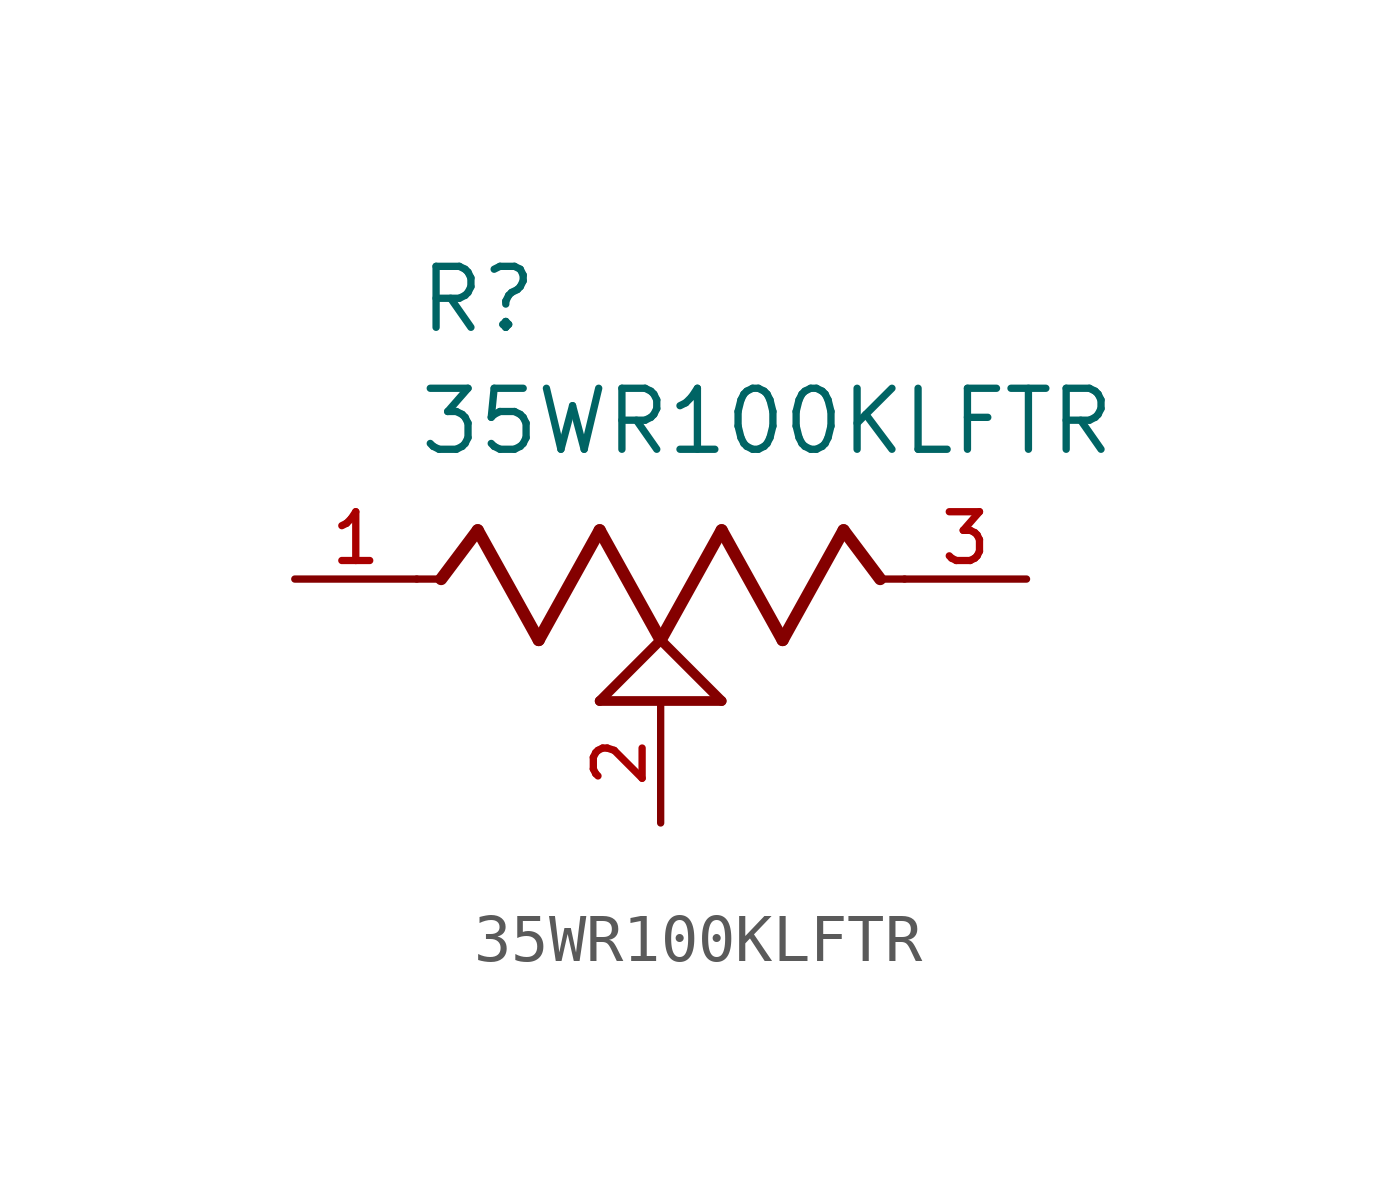
<source format=kicad_sym>
(kicad_symbol_lib
  (version 20211014)
  (generator kicad_symbol_editor)
  (symbol "35WR100KLFTR"
    (pin_names
      (offset 1.016))
    (property "Reference" "R"
      (at -5.08 5.08 0)
      (effects (font (size 1.27 1.27)) (justify bottom left)))
    (property "Value" "35WR100KLFTR"
      (at -5.08 2.54 0)
      (effects (font (size 1.27 1.27)) (justify bottom left)))
    (symbol "35WR100KLFTR_0_0"
      (polyline (pts (xy -5.08 0.0) (xy -4.572 0.0)) (stroke (width 0.152)))
      (polyline (pts (xy -4.572 0.0) (xy -3.81 1.016)) (stroke (width 0.254)))
      (polyline (pts (xy -3.81 1.016) (xy -2.54 -1.27)) (stroke (width 0.254)))
      (polyline (pts (xy -2.54 -1.27) (xy -1.27 1.016)) (stroke (width 0.254)))
      (polyline (pts (xy -1.27 1.016) (xy 0.0 -1.27)) (stroke (width 0.254)))
      (polyline (pts (xy 0.0 -1.27) (xy 1.27 1.016)) (stroke (width 0.254)))
      (polyline (pts (xy 1.27 1.016) (xy 2.54 -1.27)) (stroke (width 0.254)))
      (polyline (pts (xy 2.54 -1.27) (xy 3.81 1.016)) (stroke (width 0.254)))
      (polyline (pts (xy 3.81 1.016) (xy 4.572 0.0)) (stroke (width 0.254)))
      (polyline (pts (xy 4.572 0.0) (xy 5.08 0.0)) (stroke (width 0.152)))
      (polyline (pts (xy 0.0 -1.27) (xy 1.27 -2.54)) (stroke (width 0.203)))
      (polyline (pts (xy -1.27 -2.54) (xy 0.0 -1.27)) (stroke (width 0.203)))
      (polyline (pts (xy 1.27 -2.54) (xy -1.27 -2.54)) (stroke (width 0.203)))
      (pin passive line (at -7.62 0.0 0) (length 2.54) (name "~" (effects (font (size 1.016 1.016)))) (number "1" (effects (font (size 1.016 1.016)))))
      (pin passive line (at 7.62 0.0 180.0) (length 2.54) (name "~" (effects (font (size 1.016 1.016)))) (number "3" (effects (font (size 1.016 1.016)))))
      (pin passive line (at 0.0 -5.08 90.0) (length 2.54) (name "~" (effects (font (size 1.016 1.016)))) (number "2" (effects (font (size 1.016 1.016))))))))
</source>
